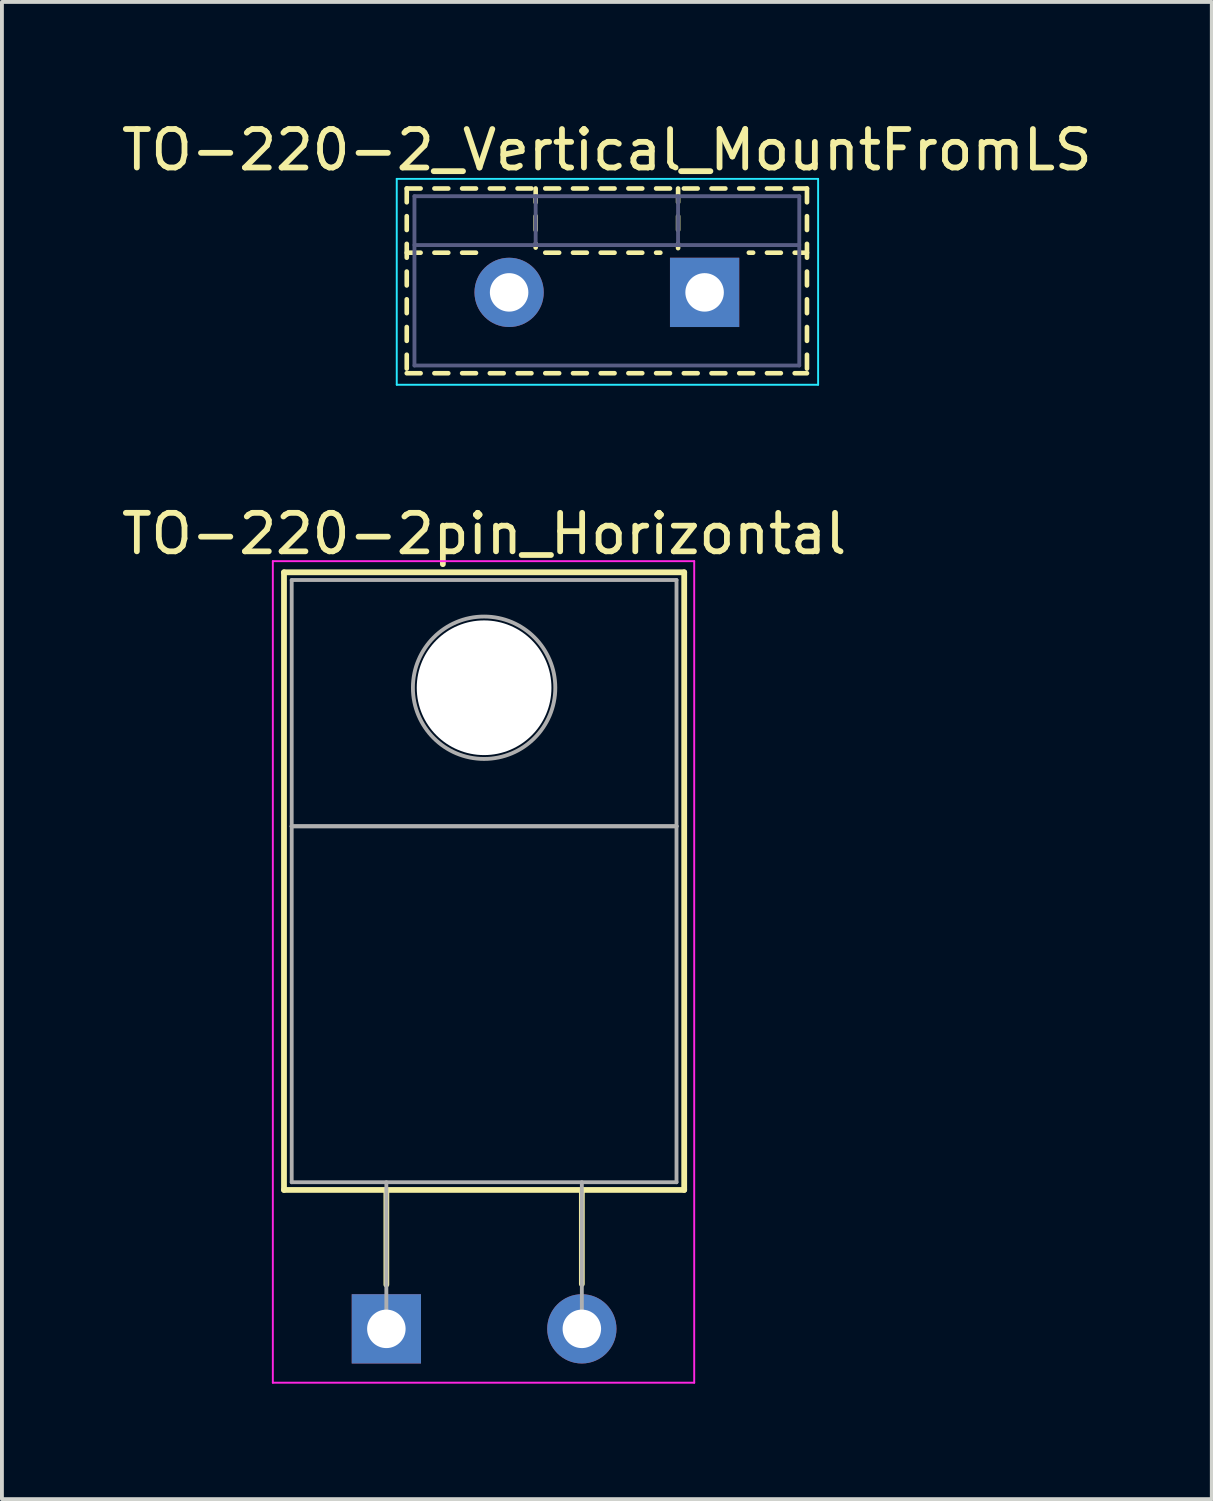
<source format=kicad_pcb>
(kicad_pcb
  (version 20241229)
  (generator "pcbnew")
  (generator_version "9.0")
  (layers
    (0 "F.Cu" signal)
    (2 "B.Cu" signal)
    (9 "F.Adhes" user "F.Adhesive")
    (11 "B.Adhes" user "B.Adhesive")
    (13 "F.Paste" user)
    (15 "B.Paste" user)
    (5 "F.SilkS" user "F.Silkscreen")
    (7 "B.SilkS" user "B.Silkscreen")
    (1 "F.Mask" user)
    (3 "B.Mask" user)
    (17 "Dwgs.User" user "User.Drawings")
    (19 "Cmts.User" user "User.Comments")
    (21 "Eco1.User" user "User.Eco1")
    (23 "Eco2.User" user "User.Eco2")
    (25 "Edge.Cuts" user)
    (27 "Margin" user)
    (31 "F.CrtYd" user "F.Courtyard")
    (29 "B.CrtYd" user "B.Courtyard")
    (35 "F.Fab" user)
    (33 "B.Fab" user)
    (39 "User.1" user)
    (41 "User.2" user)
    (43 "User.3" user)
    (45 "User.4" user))
  (footprint "TO-220-2_Vertical_MountFromLS"
    (layer "F.Cu")
    (at 15.26 4.548)
    (property "Reference" "TO-220-2_Vertical_MountFromLS" (at -2.54 -3.7 0) (layer "F.SilkS") (effects (font (size 1 1) (thickness 0.15))))
    (attr through_hole)
    (fp_line (start -7.74 -2.7) (end -7.74 -2.341) (stroke (width 0.12) (type solid)) (layer "F.SilkS"))
    (fp_line (start -7.74 -2.7) (end -7.38 -2.7) (stroke (width 0.12) (type solid)) (layer "F.SilkS"))
    (fp_line (start -7.74 -1.981) (end -7.74 -1.621) (stroke (width 0.12) (type solid)) (layer "F.SilkS"))
    (fp_line (start -7.74 -1.261) (end -7.74 -0.901) (stroke (width 0.12) (type solid)) (layer "F.SilkS"))
    (fp_line (start -7.74 -1.031) (end -7.38 -1.031) (stroke (width 0.12) (type solid)) (layer "F.SilkS"))
    (fp_line (start -7.74 -0.541) (end -7.74 -0.181) (stroke (width 0.12) (type solid)) (layer "F.SilkS"))
    (fp_line (start -7.74 0.18) (end -7.74 0.54) (stroke (width 0.12) (type solid)) (layer "F.SilkS"))
    (fp_line (start -7.74 0.9) (end -7.74 1.26) (stroke (width 0.12) (type solid)) (layer "F.SilkS"))
    (fp_line (start -7.74 1.62) (end -7.74 1.98) (stroke (width 0.12) (type solid)) (layer "F.SilkS"))
    (fp_line (start -7.74 2.101) (end -7.38 2.101) (stroke (width 0.12) (type solid)) (layer "F.SilkS"))
    (fp_line (start -7.021 -2.7) (end -6.661 -2.7) (stroke (width 0.12) (type solid)) (layer "F.SilkS"))
    (fp_line (start -7.021 -1.031) (end -6.661 -1.031) (stroke (width 0.12) (type solid)) (layer "F.SilkS"))
    (fp_line (start -7.021 2.101) (end -6.661 2.101) (stroke (width 0.12) (type solid)) (layer "F.SilkS"))
    (fp_line (start -6.301 -2.7) (end -5.941 -2.7) (stroke (width 0.12) (type solid)) (layer "F.SilkS"))
    (fp_line (start -6.301 -1.031) (end -5.941 -1.031) (stroke (width 0.12) (type solid)) (layer "F.SilkS"))
    (fp_line (start -6.301 2.101) (end -5.941 2.101) (stroke (width 0.12) (type solid)) (layer "F.SilkS"))
    (fp_line (start -5.581 -2.7) (end -5.221 -2.7) (stroke (width 0.12) (type solid)) (layer "F.SilkS"))
    (fp_line (start -5.581 2.101) (end -5.221 2.101) (stroke (width 0.12) (type solid)) (layer "F.SilkS"))
    (fp_line (start -4.86 -2.7) (end -4.5 -2.7) (stroke (width 0.12) (type solid)) (layer "F.SilkS"))
    (fp_line (start -4.86 2.101) (end -4.5 2.101) (stroke (width 0.12) (type solid)) (layer "F.SilkS"))
    (fp_line (start -4.39 -2.7) (end -4.39 -2.341) (stroke (width 0.12) (type solid)) (layer "F.SilkS"))
    (fp_line (start -4.39 -1.981) (end -4.39 -1.621) (stroke (width 0.12) (type solid)) (layer "F.SilkS"))
    (fp_line (start -4.39 -1.261) (end -4.39 -1.165) (stroke (width 0.12) (type solid)) (layer "F.SilkS"))
    (fp_line (start -4.14 -2.7) (end -3.78 -2.7) (stroke (width 0.12) (type solid)) (layer "F.SilkS"))
    (fp_line (start -4.14 -1.031) (end -3.78 -1.031) (stroke (width 0.12) (type solid)) (layer "F.SilkS"))
    (fp_line (start -4.14 2.101) (end -3.78 2.101) (stroke (width 0.12) (type solid)) (layer "F.SilkS"))
    (fp_line (start -3.42 -2.7) (end -3.06 -2.7) (stroke (width 0.12) (type solid)) (layer "F.SilkS"))
    (fp_line (start -3.42 -1.031) (end -3.06 -1.031) (stroke (width 0.12) (type solid)) (layer "F.SilkS"))
    (fp_line (start -3.42 2.101) (end -3.06 2.101) (stroke (width 0.12) (type solid)) (layer "F.SilkS"))
    (fp_line (start -2.7 -2.7) (end -2.34 -2.7) (stroke (width 0.12) (type solid)) (layer "F.SilkS"))
    (fp_line (start -2.7 -1.031) (end -2.34 -1.031) (stroke (width 0.12) (type solid)) (layer "F.SilkS"))
    (fp_line (start -2.7 2.101) (end -2.34 2.101) (stroke (width 0.12) (type solid)) (layer "F.SilkS"))
    (fp_line (start -1.98 -2.7) (end -1.62 -2.7) (stroke (width 0.12) (type solid)) (layer "F.SilkS"))
    (fp_line (start -1.98 -1.031) (end -1.62 -1.031) (stroke (width 0.12) (type solid)) (layer "F.SilkS"))
    (fp_line (start -1.98 2.101) (end -1.62 2.101) (stroke (width 0.12) (type solid)) (layer "F.SilkS"))
    (fp_line (start -1.26 -2.7) (end -0.9 -2.7) (stroke (width 0.12) (type solid)) (layer "F.SilkS"))
    (fp_line (start -1.26 -1.031) (end -1.15 -1.031) (stroke (width 0.12) (type solid)) (layer "F.SilkS"))
    (fp_line (start -1.26 2.101) (end -0.9 2.101) (stroke (width 0.12) (type solid)) (layer "F.SilkS"))
    (fp_line (start -0.689 -2.7) (end -0.689 -2.341) (stroke (width 0.12) (type solid)) (layer "F.SilkS"))
    (fp_line (start -0.689 -1.981) (end -0.689 -1.621) (stroke (width 0.12) (type solid)) (layer "F.SilkS"))
    (fp_line (start -0.689 -1.261) (end -0.689 -1.15) (stroke (width 0.12) (type solid)) (layer "F.SilkS"))
    (fp_line (start -0.54 -2.7) (end -0.18 -2.7) (stroke (width 0.12) (type solid)) (layer "F.SilkS"))
    (fp_line (start -0.54 2.101) (end -0.18 2.101) (stroke (width 0.12) (type solid)) (layer "F.SilkS"))
    (fp_line (start 0.18 -2.7) (end 0.54 -2.7) (stroke (width 0.12) (type solid)) (layer "F.SilkS"))
    (fp_line (start 0.18 2.101) (end 0.54 2.101) (stroke (width 0.12) (type solid)) (layer "F.SilkS"))
    (fp_line (start 0.9 -2.7) (end 1.261 -2.7) (stroke (width 0.12) (type solid)) (layer "F.SilkS"))
    (fp_line (start 0.9 2.101) (end 1.261 2.101) (stroke (width 0.12) (type solid)) (layer "F.SilkS"))
    (fp_line (start 1.15 -1.031) (end 1.261 -1.031) (stroke (width 0.12) (type solid)) (layer "F.SilkS"))
    (fp_line (start 1.621 -2.7) (end 1.981 -2.7) (stroke (width 0.12) (type solid)) (layer "F.SilkS"))
    (fp_line (start 1.621 -1.031) (end 1.981 -1.031) (stroke (width 0.12) (type solid)) (layer "F.SilkS"))
    (fp_line (start 1.621 2.101) (end 1.981 2.101) (stroke (width 0.12) (type solid)) (layer "F.SilkS"))
    (fp_line (start 2.341 -2.7) (end 2.66 -2.7) (stroke (width 0.12) (type solid)) (layer "F.SilkS"))
    (fp_line (start 2.341 -1.031) (end 2.66 -1.031) (stroke (width 0.12) (type solid)) (layer "F.SilkS"))
    (fp_line (start 2.341 2.101) (end 2.66 2.101) (stroke (width 0.12) (type solid)) (layer "F.SilkS"))
    (fp_line (start 2.66 -2.7) (end 2.66 -2.341) (stroke (width 0.12) (type solid)) (layer "F.SilkS"))
    (fp_line (start 2.66 -1.981) (end 2.66 -1.621) (stroke (width 0.12) (type solid)) (layer "F.SilkS"))
    (fp_line (start 2.66 -1.261) (end 2.66 -0.901) (stroke (width 0.12) (type solid)) (layer "F.SilkS"))
    (fp_line (start 2.66 -0.541) (end 2.66 -0.181) (stroke (width 0.12) (type solid)) (layer "F.SilkS"))
    (fp_line (start 2.66 0.18) (end 2.66 0.54) (stroke (width 0.12) (type solid)) (layer "F.SilkS"))
    (fp_line (start 2.66 0.9) (end 2.66 1.26) (stroke (width 0.12) (type solid)) (layer "F.SilkS"))
    (fp_line (start 2.66 1.62) (end 2.66 1.98) (stroke (width 0.12) (type solid)) (layer "F.SilkS"))
    (fp_line (start -8 -2.95) (end -8 2.4) (stroke (width 0.05) (type solid)) (layer "B.CrtYd"))
    (fp_line (start -8 2.4) (end 2.95 2.4) (stroke (width 0.05) (type solid)) (layer "B.CrtYd"))
    (fp_line (start 2.95 -2.95) (end -8 -2.95) (stroke (width 0.05) (type solid)) (layer "B.CrtYd"))
    (fp_line (start 2.95 2.4) (end 2.95 -2.95) (stroke (width 0.05) (type solid)) (layer "B.CrtYd"))
    (fp_line (start -7.54 -2.5) (end -7.54 1.9) (stroke (width 0.1) (type solid)) (layer "B.Fab"))
    (fp_line (start -7.54 -1.23) (end 2.46 -1.23) (stroke (width 0.1) (type solid)) (layer "B.Fab"))
    (fp_line (start -7.54 1.9) (end 2.46 1.9) (stroke (width 0.1) (type solid)) (layer "B.Fab"))
    (fp_line (start -4.39 -2.5) (end -4.39 -1.23) (stroke (width 0.1) (type solid)) (layer "B.Fab"))
    (fp_line (start -0.69 -2.5) (end -0.69 -1.23) (stroke (width 0.1) (type solid)) (layer "B.Fab"))
    (fp_line (start 2.46 -2.5) (end -7.54 -2.5) (stroke (width 0.1) (type solid)) (layer "B.Fab"))
    (fp_line (start 2.46 1.9) (end 2.46 -2.5) (stroke (width 0.1) (type solid)) (layer "B.Fab"))
    (pad "1" thru_hole rect (at 0 0) (size 1.8 1.8) (drill 1) (layers "*.Cu" "*.Mask"))
    (pad "2" thru_hole oval (at -5.08 0) (size 1.8 1.8) (drill 1) (layers "*.Cu" "*.Mask")))
  (footprint "TO-220-2pin_Horizontal"
    (layer "F.Cu")
    (at 6.99 31.482)
    (property "Reference" "TO-220-2pin_Horizontal" (at 2.54 -20.66 0) (layer "F.SilkS") (effects (font (size 1 1) (thickness 0.15))))
    (attr through_hole)
    (fp_line (start -2.66 -19.66) (end -2.66 -3.61) (stroke (width 0.15) (type solid)) (layer "F.SilkS"))
    (fp_line (start -2.66 -19.66) (end 7.74 -19.66) (stroke (width 0.15) (type solid)) (layer "F.SilkS"))
    (fp_line (start -2.66 -3.61) (end 7.74 -3.61) (stroke (width 0.15) (type solid)) (layer "F.SilkS"))
    (fp_line (start 0 -3.61) (end 0 -1.15) (stroke (width 0.15) (type solid)) (layer "F.SilkS"))
    (fp_line (start 5.08 -3.61) (end 5.08 -1.165) (stroke (width 0.15) (type solid)) (layer "F.SilkS"))
    (fp_line (start 7.74 -19.66) (end 7.74 -3.61) (stroke (width 0.15) (type solid)) (layer "F.SilkS"))
    (fp_line (start -2.95 -19.95) (end -2.95 1.4) (stroke (width 0.05) (type solid)) (layer "F.CrtYd"))
    (fp_line (start -2.95 1.4) (end 8 1.4) (stroke (width 0.05) (type solid)) (layer "F.CrtYd"))
    (fp_line (start 8 -19.95) (end -2.95 -19.95) (stroke (width 0.05) (type solid)) (layer "F.CrtYd"))
    (fp_line (start 8 1.4) (end 8 -19.95) (stroke (width 0.05) (type solid)) (layer "F.CrtYd"))
    (fp_line (start -2.46 -19.46) (end 7.54 -19.46) (stroke (width 0.1) (type solid)) (layer "F.Fab"))
    (fp_line (start -2.46 -13.06) (end -2.46 -19.46) (stroke (width 0.1) (type solid)) (layer "F.Fab"))
    (fp_line (start -2.46 -13.06) (end 7.54 -13.06) (stroke (width 0.1) (type solid)) (layer "F.Fab"))
    (fp_line (start -2.46 -3.81) (end -2.46 -13.06) (stroke (width 0.1) (type solid)) (layer "F.Fab"))
    (fp_line (start 0 -3.81) (end 0 0) (stroke (width 0.1) (type solid)) (layer "F.Fab"))
    (fp_line (start 5.08 -3.81) (end 5.08 0) (stroke (width 0.1) (type solid)) (layer "F.Fab"))
    (fp_line (start 7.54 -19.46) (end 7.54 -13.06) (stroke (width 0.1) (type solid)) (layer "F.Fab"))
    (fp_line (start 7.54 -13.06) (end -2.46 -13.06) (stroke (width 0.1) (type solid)) (layer "F.Fab"))
    (fp_line (start 7.54 -13.06) (end 7.54 -3.81) (stroke (width 0.1) (type solid)) (layer "F.Fab"))
    (fp_line (start 7.54 -3.81) (end -2.46 -3.81) (stroke (width 0.1) (type solid)) (layer "F.Fab"))
    (fp_circle (center 2.54 -16.66) (end 4.39 -16.66) (stroke (width 0.1) (type solid)) (fill no) (layer "F.Fab"))
    (pad "" np_thru_hole oval (at 2.54 -16.66) (size 3.5 3.5) (drill 3.5) (layers "*.Cu" "*.Mask"))
    (pad "1" thru_hole rect (at 0 0) (size 1.8 1.8) (drill 1) (layers "*.Cu" "*.Mask"))
    (pad "2" thru_hole oval (at 5.08 0) (size 1.8 1.8) (drill 1) (layers "*.Cu" "*.Mask")))
  (gr_rect
    (start -3 -3)
    (end 28.44 35.907)
    (stroke (width 0.1) (type default))
    (fill no)
    (layer "Edge.Cuts")))
</source>
